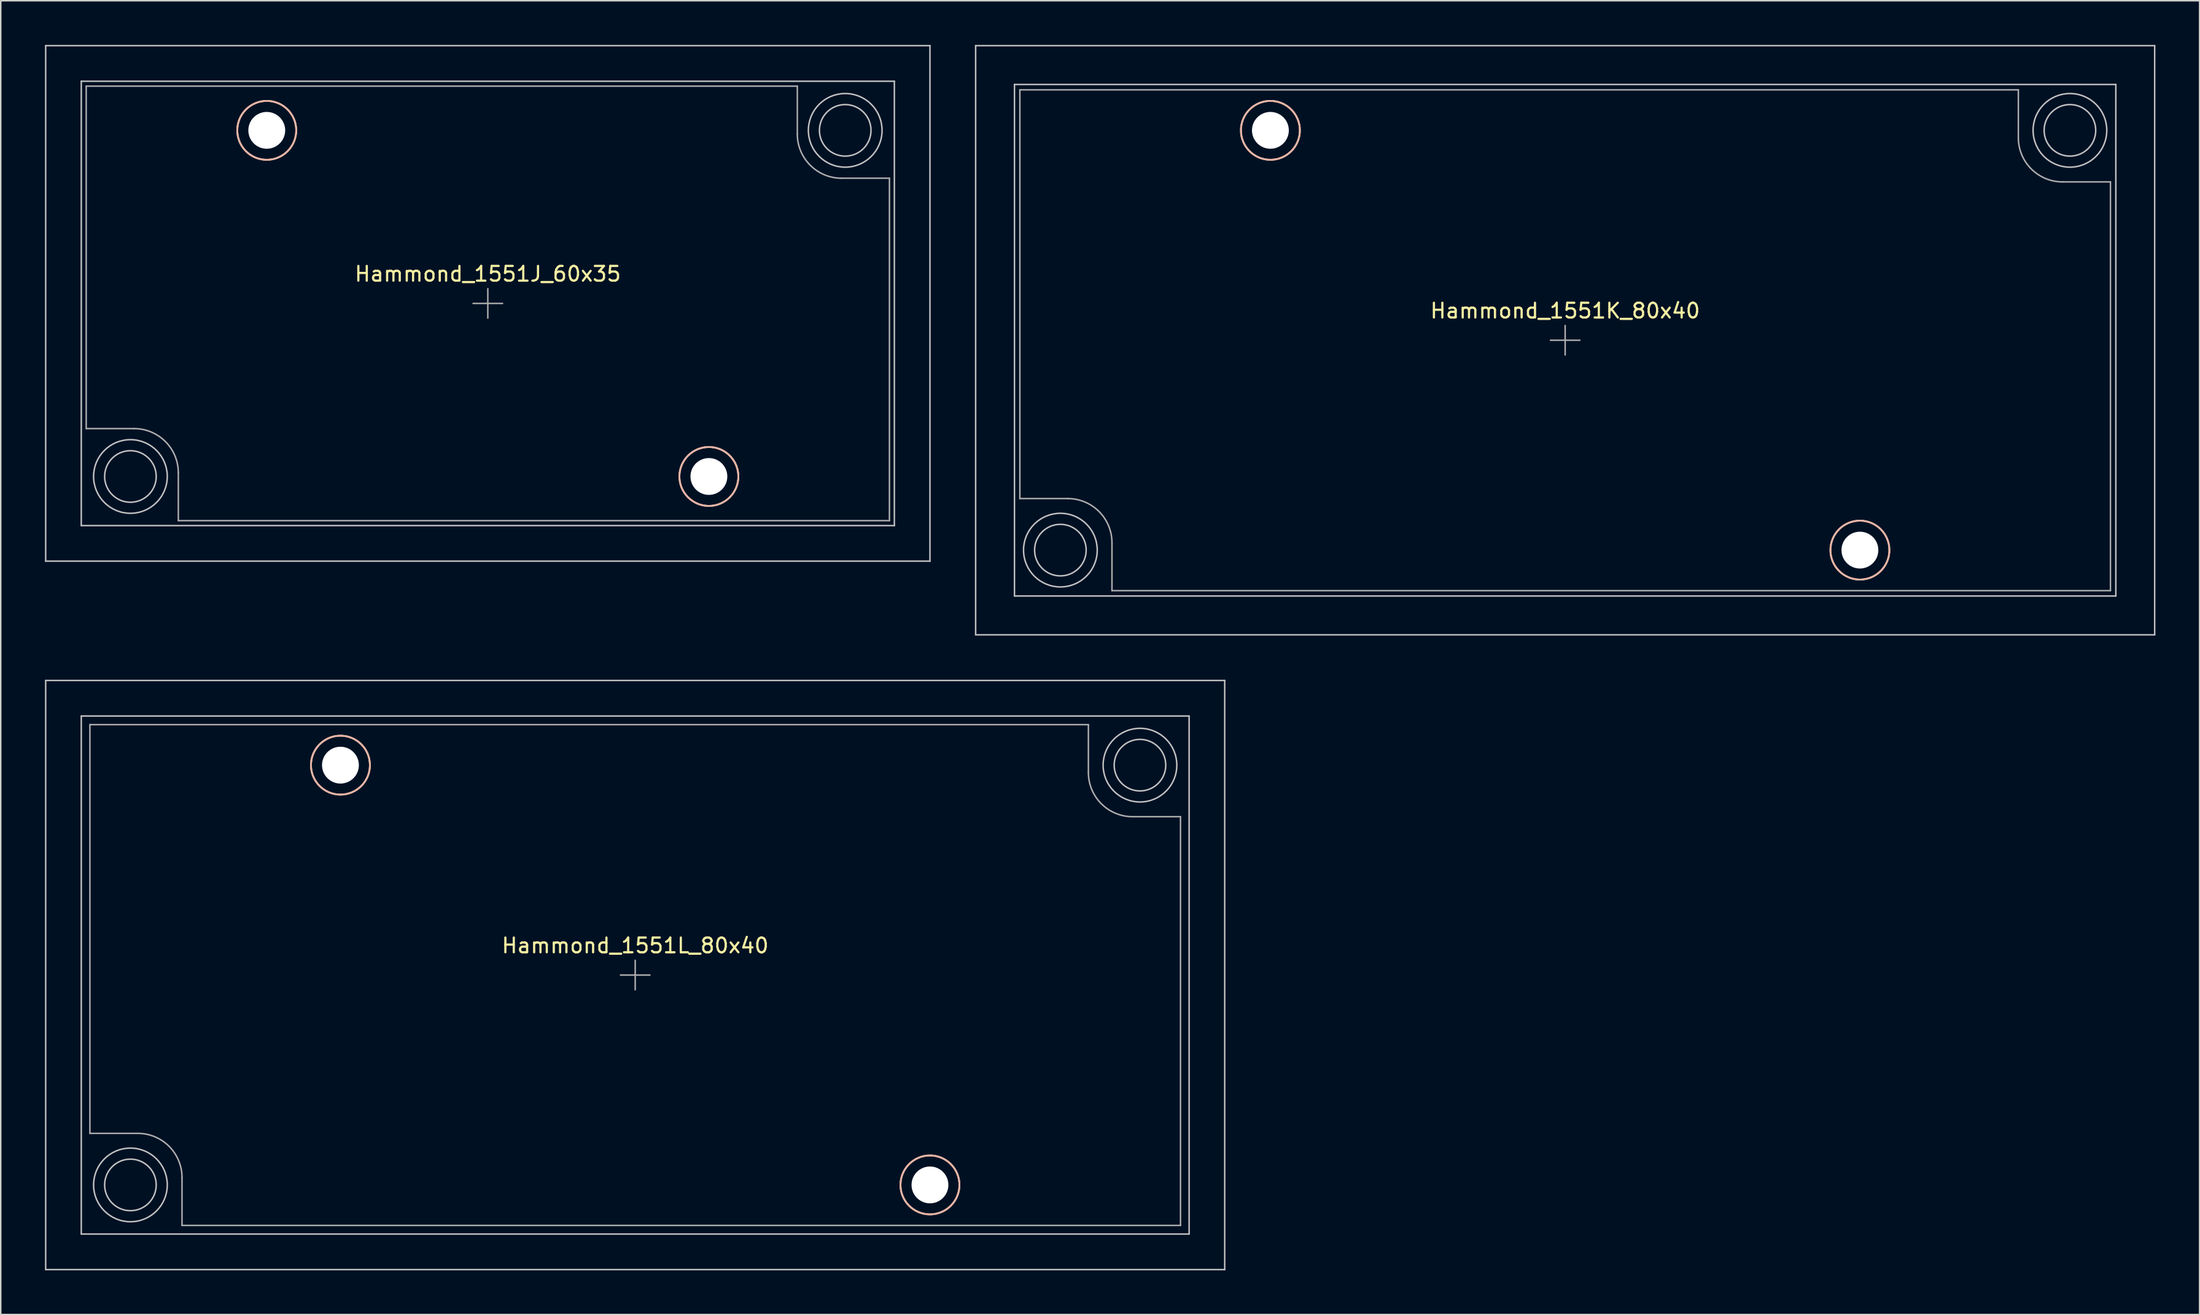
<source format=kicad_pcb>
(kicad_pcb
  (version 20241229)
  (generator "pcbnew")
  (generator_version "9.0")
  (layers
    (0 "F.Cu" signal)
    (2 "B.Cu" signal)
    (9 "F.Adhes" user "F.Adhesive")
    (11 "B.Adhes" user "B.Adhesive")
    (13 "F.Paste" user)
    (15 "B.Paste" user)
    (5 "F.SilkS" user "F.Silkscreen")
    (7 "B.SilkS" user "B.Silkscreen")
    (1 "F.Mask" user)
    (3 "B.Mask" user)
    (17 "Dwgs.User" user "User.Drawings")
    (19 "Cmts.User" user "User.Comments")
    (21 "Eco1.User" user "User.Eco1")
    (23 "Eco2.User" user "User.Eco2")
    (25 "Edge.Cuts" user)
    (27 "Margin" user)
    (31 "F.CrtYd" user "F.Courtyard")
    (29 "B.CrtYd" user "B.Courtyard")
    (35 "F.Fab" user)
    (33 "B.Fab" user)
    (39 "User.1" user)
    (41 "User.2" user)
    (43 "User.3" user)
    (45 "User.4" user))
  (footprint "Hammond_1551L_80x40"
    (layer "F.Cu")
    (at 40.05 63.15)
    (property "Reference" "Hammond_1551L_80x40" (at 0 -2 0) (layer "F.SilkS") (effects (font (size 1 1) (thickness 0.15))))
    (attr exclude_from_pos_files exclude_from_bom)
    (fp_circle (center -20 -14.25) (end -18 -14.25) (stroke (width 0.12) (type solid)) (fill no) (layer "F.SilkS"))
    (fp_circle (center 20 14.25) (end 22 14.25) (stroke (width 0.12) (type solid)) (fill no) (layer "F.SilkS"))
    (fp_circle (center -20 -14.25) (end -18 -14.25) (stroke (width 0.12) (type solid)) (fill no) (layer "B.SilkS"))
    (fp_circle (center 20 14.25) (end 22 14.25) (stroke (width 0.12) (type solid)) (fill no) (layer "B.SilkS"))
    (fp_line (start -40 -20) (end -40 20) (stroke (width 0.1) (type solid)) (layer "Dwgs.User"))
    (fp_line (start -40 20) (end 40 20) (stroke (width 0.1) (type solid)) (layer "Dwgs.User"))
    (fp_line (start -37.585 -17.585) (end -37.585 17.585) (stroke (width 0.1) (type solid)) (layer "Dwgs.User"))
    (fp_line (start -37.585 17.585) (end 37.585 17.585) (stroke (width 0.1) (type solid)) (layer "Dwgs.User"))
    (fp_line (start 37.585 -17.585) (end -37.585 -17.585) (stroke (width 0.1) (type solid)) (layer "Dwgs.User"))
    (fp_line (start 37.585 17.585) (end 37.585 -17.585) (stroke (width 0.1) (type solid)) (layer "Dwgs.User"))
    (fp_line (start 40 -20) (end -40 -20) (stroke (width 0.1) (type solid)) (layer "Dwgs.User"))
    (fp_line (start 40 20) (end 40 -20) (stroke (width 0.1) (type solid)) (layer "Dwgs.User"))
    (fp_circle (center -34.25 14.25) (end -32.5 14.25) (stroke (width 0.1) (type solid)) (fill no) (layer "Dwgs.User"))
    (fp_circle (center -34.25 14.25) (end -31.75 14.25) (stroke (width 0.1) (type solid)) (fill no) (layer "Dwgs.User"))
    (fp_circle (center 34.25 -14.25) (end 36 -14.25) (stroke (width 0.1) (type solid)) (fill no) (layer "Dwgs.User"))
    (fp_circle (center 34.25 -14.25) (end 36.75 -14.25) (stroke (width 0.1) (type solid)) (fill no) (layer "Dwgs.User"))
    (fp_line (start -37 -17) (end 30.75 -17) (stroke (width 0.1) (type solid)) (layer "F.Fab"))
    (fp_line (start -37 10.75) (end -37 -17) (stroke (width 0.1) (type solid)) (layer "F.Fab"))
    (fp_line (start -33.75 10.75) (end -37 10.75) (stroke (width 0.1) (type solid)) (layer "F.Fab"))
    (fp_line (start -30.75 17) (end -30.75 13.75) (stroke (width 0.1) (type solid)) (layer "F.Fab"))
    (fp_line (start -1 0) (end 1 0) (stroke (width 0.1) (type solid)) (layer "F.Fab"))
    (fp_line (start 0 -1) (end 0 1) (stroke (width 0.1) (type solid)) (layer "F.Fab"))
    (fp_line (start 30.75 -17) (end 30.75 -13.75) (stroke (width 0.1) (type solid)) (layer "F.Fab"))
    (fp_line (start 33.75 -10.75) (end 37 -10.75) (stroke (width 0.1) (type solid)) (layer "F.Fab"))
    (fp_line (start 37 -10.75) (end 37 17) (stroke (width 0.1) (type solid)) (layer "F.Fab"))
    (fp_line (start 37 17) (end -30.75 17) (stroke (width 0.1) (type solid)) (layer "F.Fab"))
    (fp_arc (start -33.75 10.75) (mid -31.62868 11.62868) (end -30.75 13.75) (stroke (width 0.1) (type solid)) (layer "F.Fab"))
    (fp_arc (start 33.75 -10.75) (mid 31.62868 -11.62868) (end 30.75 -13.75) (stroke (width 0.1) (type solid)) (layer "F.Fab"))
    (pad "" np_thru_hole circle (at -20 -14.25) (size 2.5 2.5) (drill 2.5) (layers "*.Cu" "*.Mask"))
    (pad "" np_thru_hole circle (at 20 14.25) (size 2.5 2.5) (drill 2.5) (layers "*.Cu" "*.Mask")))
  (footprint "Hammond_1551J_60x35"
    (layer "F.Cu")
    (at 30.05 17.55)
    (property "Reference" "Hammond_1551J_60x35" (at 0 -2 0) (layer "F.SilkS") (effects (font (size 1 1) (thickness 0.15))))
    (attr exclude_from_pos_files exclude_from_bom)
    (fp_circle (center -15 -11.75) (end -13 -11.75) (stroke (width 0.12) (type solid)) (fill no) (layer "F.SilkS"))
    (fp_circle (center 15 11.75) (end 17 11.75) (stroke (width 0.12) (type solid)) (fill no) (layer "F.SilkS"))
    (fp_circle (center -15 -11.75) (end -13 -11.75) (stroke (width 0.12) (type solid)) (fill no) (layer "B.SilkS"))
    (fp_circle (center 15 11.75) (end 17 11.75) (stroke (width 0.12) (type solid)) (fill no) (layer "B.SilkS"))
    (fp_line (start -30 -17.5) (end -30 17.5) (stroke (width 0.1) (type solid)) (layer "Dwgs.User"))
    (fp_line (start -30 17.5) (end 30 17.5) (stroke (width 0.1) (type solid)) (layer "Dwgs.User"))
    (fp_line (start -27.585 -15.085) (end -27.585 15.085) (stroke (width 0.1) (type solid)) (layer "Dwgs.User"))
    (fp_line (start -27.585 15.085) (end 27.585 15.085) (stroke (width 0.1) (type solid)) (layer "Dwgs.User"))
    (fp_line (start 27.585 -15.085) (end -27.585 -15.085) (stroke (width 0.1) (type solid)) (layer "Dwgs.User"))
    (fp_line (start 27.585 15.085) (end 27.585 -15.085) (stroke (width 0.1) (type solid)) (layer "Dwgs.User"))
    (fp_line (start 30 -17.5) (end -30 -17.5) (stroke (width 0.1) (type solid)) (layer "Dwgs.User"))
    (fp_line (start 30 17.5) (end 30 -17.5) (stroke (width 0.1) (type solid)) (layer "Dwgs.User"))
    (fp_circle (center -24.25 11.75) (end -22.5 11.75) (stroke (width 0.1) (type solid)) (fill no) (layer "Dwgs.User"))
    (fp_circle (center -24.25 11.75) (end -21.75 11.75) (stroke (width 0.1) (type solid)) (fill no) (layer "Dwgs.User"))
    (fp_circle (center 24.25 -11.75) (end 26 -11.75) (stroke (width 0.1) (type solid)) (fill no) (layer "Dwgs.User"))
    (fp_circle (center 24.25 -11.75) (end 26.75 -11.75) (stroke (width 0.1) (type solid)) (fill no) (layer "Dwgs.User"))
    (fp_line (start -27.25 -14.75) (end 21 -14.75) (stroke (width 0.1) (type solid)) (layer "F.Fab"))
    (fp_line (start -27.25 8.5) (end -27.25 -14.75) (stroke (width 0.1) (type solid)) (layer "F.Fab"))
    (fp_line (start -24 8.5) (end -27.25 8.5) (stroke (width 0.1) (type solid)) (layer "F.Fab"))
    (fp_line (start -21 14.75) (end -21 11.5) (stroke (width 0.1) (type solid)) (layer "F.Fab"))
    (fp_line (start -1 0) (end 1 0) (stroke (width 0.1) (type solid)) (layer "F.Fab"))
    (fp_line (start 0 -1) (end 0 1) (stroke (width 0.1) (type solid)) (layer "F.Fab"))
    (fp_line (start 21 -14.75) (end 21 -11.5) (stroke (width 0.1) (type solid)) (layer "F.Fab"))
    (fp_line (start 24 -8.5) (end 27.25 -8.5) (stroke (width 0.1) (type solid)) (layer "F.Fab"))
    (fp_line (start 27.25 -8.5) (end 27.25 14.75) (stroke (width 0.1) (type solid)) (layer "F.Fab"))
    (fp_line (start 27.25 14.75) (end -21 14.75) (stroke (width 0.1) (type solid)) (layer "F.Fab"))
    (fp_arc (start -24 8.5) (mid -21.87868 9.37868) (end -21 11.5) (stroke (width 0.1) (type solid)) (layer "F.Fab"))
    (fp_arc (start 24 -8.5) (mid 21.87868 -9.37868) (end 21 -11.5) (stroke (width 0.1) (type solid)) (layer "F.Fab"))
    (pad "" np_thru_hole circle (at -15 -11.75) (size 2.5 2.5) (drill 2.5) (layers "*.Cu" "*.Mask"))
    (pad "" np_thru_hole circle (at 15 11.75) (size 2.5 2.5) (drill 2.5) (layers "*.Cu" "*.Mask")))
  (footprint "Hammond_1551K_80x40"
    (layer "F.Cu")
    (at 103.15 20.05)
    (property "Reference" "Hammond_1551K_80x40" (at 0 -2 0) (layer "F.SilkS") (effects (font (size 1 1) (thickness 0.15))))
    (attr exclude_from_pos_files exclude_from_bom)
    (fp_circle (center -20 -14.25) (end -18 -14.25) (stroke (width 0.12) (type solid)) (fill no) (layer "F.SilkS"))
    (fp_circle (center 20 14.25) (end 22 14.25) (stroke (width 0.12) (type solid)) (fill no) (layer "F.SilkS"))
    (fp_circle (center -20 -14.25) (end -18 -14.25) (stroke (width 0.12) (type solid)) (fill no) (layer "B.SilkS"))
    (fp_circle (center 20 14.25) (end 22 14.25) (stroke (width 0.12) (type solid)) (fill no) (layer "B.SilkS"))
    (fp_line (start -40 -20) (end -40 20) (stroke (width 0.1) (type solid)) (layer "Dwgs.User"))
    (fp_line (start -40 20) (end 40 20) (stroke (width 0.1) (type solid)) (layer "Dwgs.User"))
    (fp_line (start -37.365 -17.365) (end -37.365 17.365) (stroke (width 0.1) (type solid)) (layer "Dwgs.User"))
    (fp_line (start -37.365 17.365) (end 37.365 17.365) (stroke (width 0.1) (type solid)) (layer "Dwgs.User"))
    (fp_line (start 37.365 -17.365) (end -37.365 -17.365) (stroke (width 0.1) (type solid)) (layer "Dwgs.User"))
    (fp_line (start 37.365 17.365) (end 37.365 -17.365) (stroke (width 0.1) (type solid)) (layer "Dwgs.User"))
    (fp_line (start 40 -20) (end -40 -20) (stroke (width 0.1) (type solid)) (layer "Dwgs.User"))
    (fp_line (start 40 20) (end 40 -20) (stroke (width 0.1) (type solid)) (layer "Dwgs.User"))
    (fp_circle (center -34.25 14.25) (end -32.5 14.25) (stroke (width 0.1) (type solid)) (fill no) (layer "Dwgs.User"))
    (fp_circle (center -34.25 14.25) (end -31.75 14.25) (stroke (width 0.1) (type solid)) (fill no) (layer "Dwgs.User"))
    (fp_circle (center 34.25 -14.25) (end 36 -14.25) (stroke (width 0.1) (type solid)) (fill no) (layer "Dwgs.User"))
    (fp_circle (center 34.25 -14.25) (end 36.75 -14.25) (stroke (width 0.1) (type solid)) (fill no) (layer "Dwgs.User"))
    (fp_line (start -37 -17) (end 30.75 -17) (stroke (width 0.1) (type solid)) (layer "F.Fab"))
    (fp_line (start -37 10.75) (end -37 -17) (stroke (width 0.1) (type solid)) (layer "F.Fab"))
    (fp_line (start -33.75 10.75) (end -37 10.75) (stroke (width 0.1) (type solid)) (layer "F.Fab"))
    (fp_line (start -30.75 17) (end -30.75 13.75) (stroke (width 0.1) (type solid)) (layer "F.Fab"))
    (fp_line (start -1 0) (end 1 0) (stroke (width 0.1) (type solid)) (layer "F.Fab"))
    (fp_line (start 0 -1) (end 0 1) (stroke (width 0.1) (type solid)) (layer "F.Fab"))
    (fp_line (start 30.75 -17) (end 30.75 -13.75) (stroke (width 0.1) (type solid)) (layer "F.Fab"))
    (fp_line (start 33.75 -10.75) (end 37 -10.75) (stroke (width 0.1) (type solid)) (layer "F.Fab"))
    (fp_line (start 37 -10.75) (end 37 17) (stroke (width 0.1) (type solid)) (layer "F.Fab"))
    (fp_line (start 37 17) (end -30.75 17) (stroke (width 0.1) (type solid)) (layer "F.Fab"))
    (fp_arc (start -33.75 10.75) (mid -31.62868 11.62868) (end -30.75 13.75) (stroke (width 0.1) (type solid)) (layer "F.Fab"))
    (fp_arc (start 33.75 -10.75) (mid 31.62868 -11.62868) (end 30.75 -13.75) (stroke (width 0.1) (type solid)) (layer "F.Fab"))
    (pad "" np_thru_hole circle (at -20 -14.25) (size 2.5 2.5) (drill 2.5) (layers "*.Cu" "*.Mask"))
    (pad "" np_thru_hole circle (at 20 14.25) (size 2.5 2.5) (drill 2.5) (layers "*.Cu" "*.Mask")))
  (gr_rect
    (start -3 -3)
    (end 146.2 86.2)
    (stroke (width 0.1) (type default))
    (fill no)
    (layer "Edge.Cuts")))
</source>
